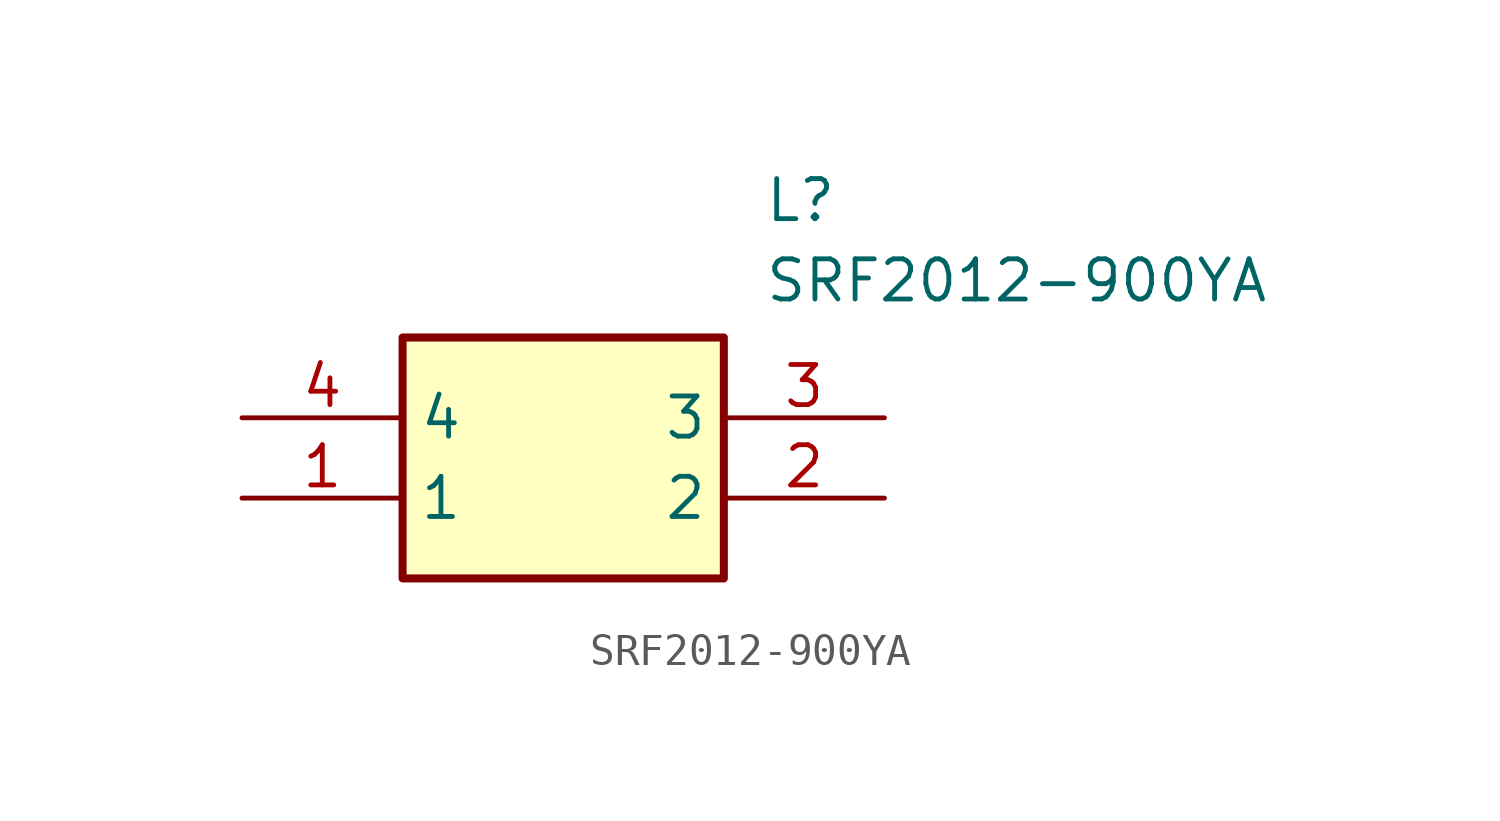
<source format=kicad_sym>
(kicad_symbol_lib
  (version 20211014)
  (generator SamacSys_ECAD_Model)
  (symbol "SRF2012-900YA"
    (property "Reference" "L"
      (at 16.51 7.62 0)
      (effects (font (size 1.27 1.27)) (justify left top)))
    (property "Value" "SRF2012-900YA"
      (at 16.51 5.08 0)
      (effects (font (size 1.27 1.27)) (justify left top)))
    (rectangle
      (start 5.08 2.54)
      (end 15.24 -5.08)
      (stroke (width 0.254) (type default))
      (fill (type background)))
    (pin passive line
      (at 0 -2.54 0)
      (length 5.08)
      (name "1" (effects (font (size 1.27 1.27))))
      (number "1" (effects (font (size 1.27 1.27)))))
    (pin passive line
      (at 20.32 -2.54 180)
      (length 5.08)
      (name "2" (effects (font (size 1.27 1.27))))
      (number "2" (effects (font (size 1.27 1.27)))))
    (pin passive line
      (at 20.32 0 180)
      (length 5.08)
      (name "3" (effects (font (size 1.27 1.27))))
      (number "3" (effects (font (size 1.27 1.27)))))
    (pin passive line
      (at 0 0 0)
      (length 5.08)
      (name "4" (effects (font (size 1.27 1.27))))
      (number "4" (effects (font (size 1.27 1.27)))))))
</source>
